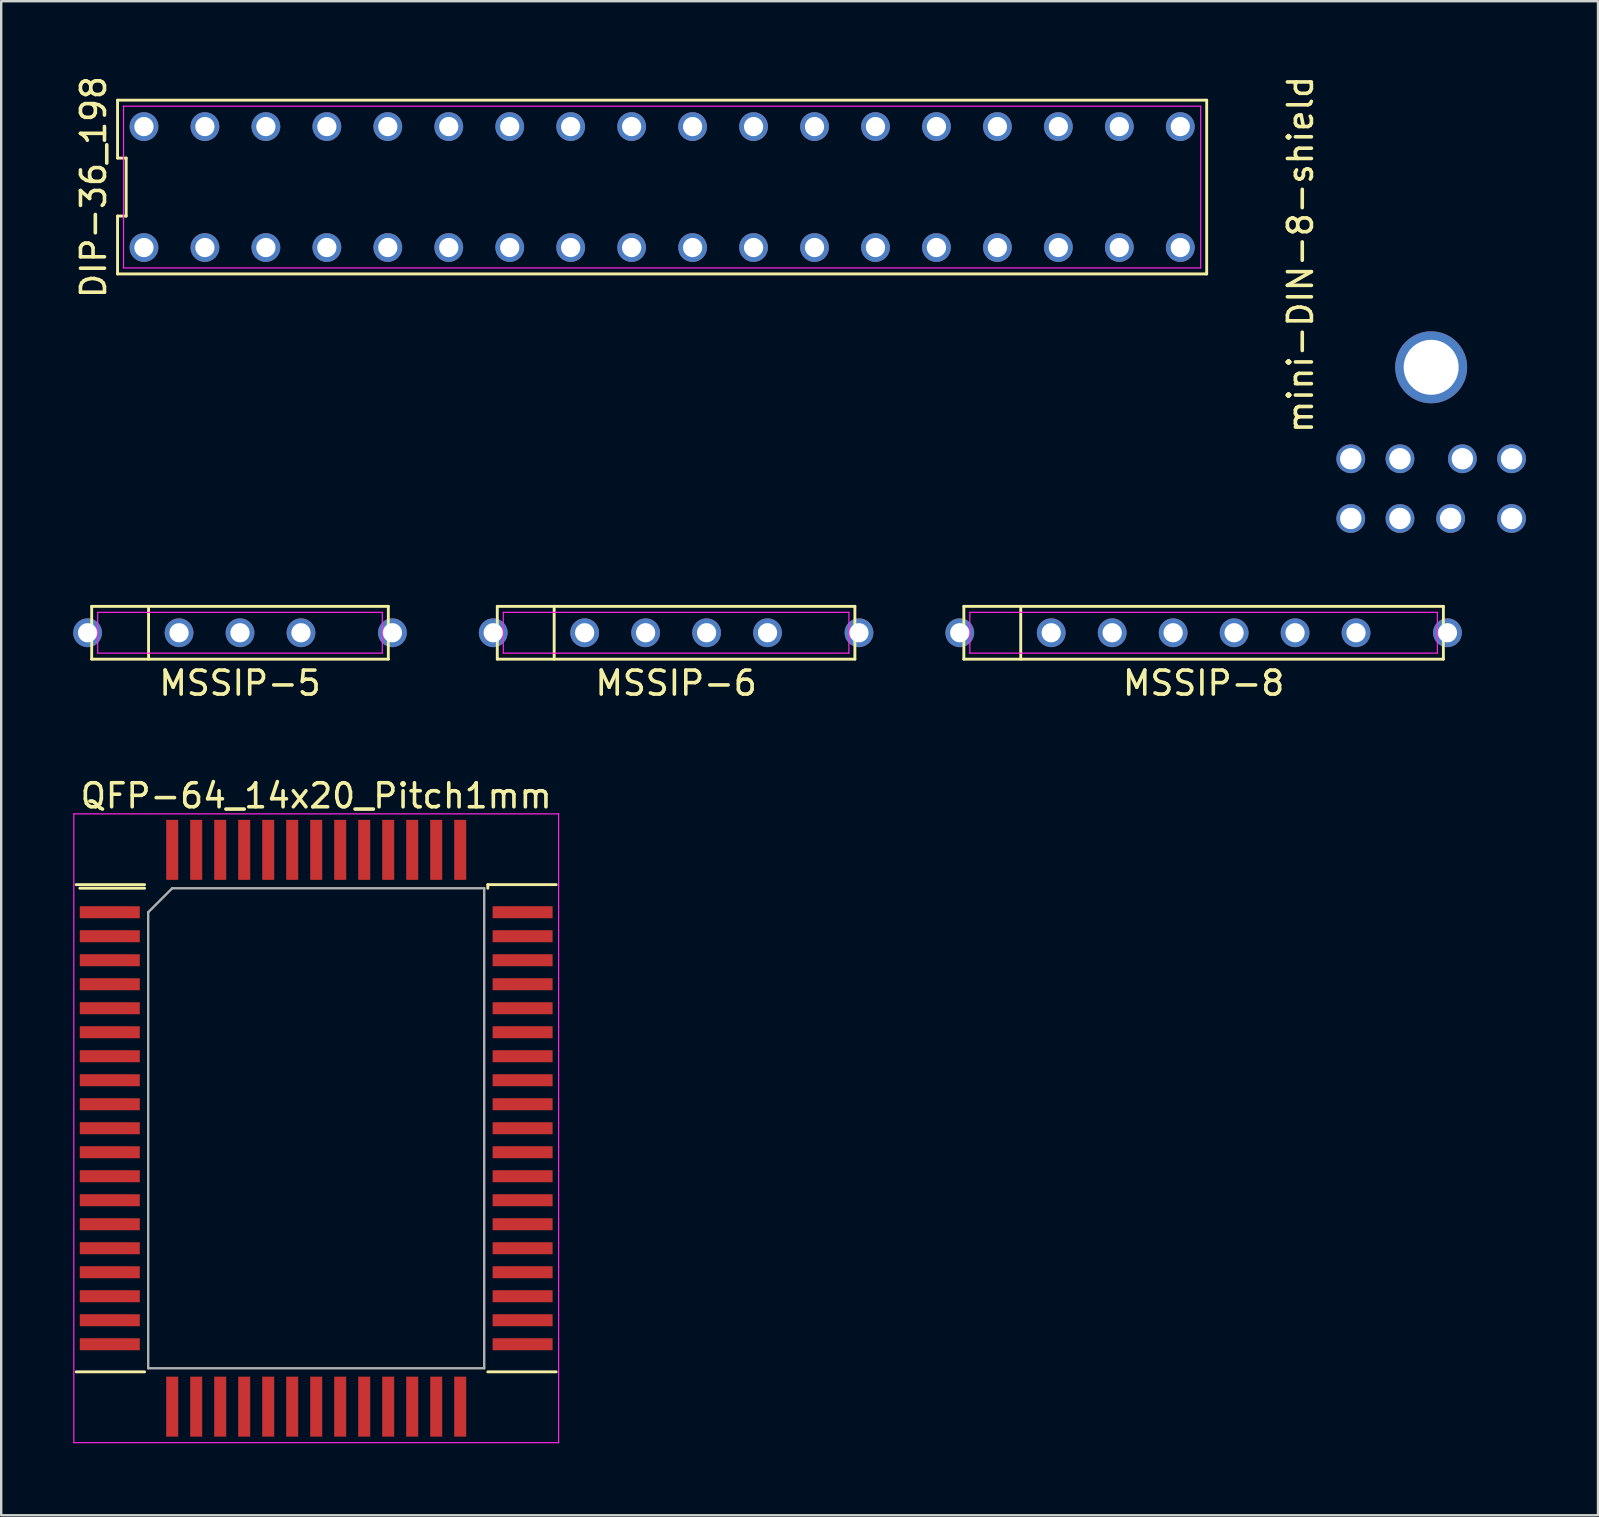
<source format=kicad_pcb>
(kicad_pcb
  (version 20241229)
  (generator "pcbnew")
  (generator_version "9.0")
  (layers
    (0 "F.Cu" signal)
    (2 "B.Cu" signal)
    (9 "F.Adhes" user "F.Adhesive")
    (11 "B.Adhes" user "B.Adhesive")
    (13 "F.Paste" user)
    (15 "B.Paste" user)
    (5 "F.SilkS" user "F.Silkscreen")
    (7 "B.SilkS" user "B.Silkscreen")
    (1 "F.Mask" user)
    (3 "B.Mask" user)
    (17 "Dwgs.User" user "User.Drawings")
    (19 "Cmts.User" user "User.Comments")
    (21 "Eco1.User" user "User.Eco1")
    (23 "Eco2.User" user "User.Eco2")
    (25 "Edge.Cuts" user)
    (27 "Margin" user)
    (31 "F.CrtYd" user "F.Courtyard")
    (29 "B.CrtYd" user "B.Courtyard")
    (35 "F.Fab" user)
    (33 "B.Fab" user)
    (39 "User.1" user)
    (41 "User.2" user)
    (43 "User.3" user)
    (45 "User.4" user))
  (footprint "MSSIP-5"
    (layer "F.Cu")
    (at 6.95 23.314)
    (property "Reference" "MSSIP-5" (at 0 2.1 0) (layer "F.SilkS") (effects (font (size 1 1) (thickness 0.15))))
    (fp_line (start -6.18 -1.1) (end 6.18 -1.1) (stroke (width 0.12) (type default)) (layer "F.SilkS"))
    (fp_line (start -6.18 1.1) (end -6.18 -1.1) (stroke (width 0.12) (type default)) (layer "F.SilkS"))
    (fp_line (start -3.81 -1.1) (end -3.81 1.1) (stroke (width 0.12) (type default)) (layer "F.SilkS"))
    (fp_line (start 6.18 -1.1) (end 6.18 1.1) (stroke (width 0.12) (type default)) (layer "F.SilkS"))
    (fp_line (start 6.18 1.1) (end -6.18 1.1) (stroke (width 0.12) (type default)) (layer "F.SilkS"))
    (fp_line (start -5.93 -0.85) (end 5.93 -0.85) (stroke (width 0.05) (type default)) (layer "F.CrtYd"))
    (fp_line (start -5.93 0.85) (end -5.93 -0.85) (stroke (width 0.05) (type default)) (layer "F.CrtYd"))
    (fp_line (start 5.93 -0.85) (end 5.93 0.85) (stroke (width 0.05) (type default)) (layer "F.CrtYd"))
    (fp_line (start 5.93 0.85) (end -5.93 0.85) (stroke (width 0.05) (type default)) (layer "F.CrtYd"))
    (pad "1" thru_hole circle (at -6.35 0) (size 1.2 1.2) (drill 0.8) (layers "*.Cu" "*.Mask"))
    (pad "2" thru_hole circle (at -2.54 0) (size 1.2 1.2) (drill 0.8) (layers "*.Cu" "*.Mask"))
    (pad "3" thru_hole circle (at 0 0) (size 1.2 1.2) (drill 0.8) (layers "*.Cu" "*.Mask"))
    (pad "4" thru_hole circle (at 2.54 0) (size 1.2 1.2) (drill 0.8) (layers "*.Cu" "*.Mask"))
    (pad "5" thru_hole circle (at 6.35 0) (size 1.2 1.2) (drill 0.8) (layers "*.Cu" "*.Mask")))
  (footprint "MSSIP-6"
    (layer "F.Cu")
    (at 25.12 23.314)
    (property "Reference" "MSSIP-6" (at 0 2.1 0) (layer "F.SilkS") (effects (font (size 1 1) (thickness 0.15))))
    (fp_line (start -7.45 -1.1) (end 7.45 -1.1) (stroke (width 0.12) (type default)) (layer "F.SilkS"))
    (fp_line (start -7.45 1.1) (end -7.45 -1.1) (stroke (width 0.12) (type default)) (layer "F.SilkS"))
    (fp_line (start -5.08 -1.1) (end -5.08 1.1) (stroke (width 0.12) (type default)) (layer "F.SilkS"))
    (fp_line (start 7.45 -1.1) (end 7.45 1.1) (stroke (width 0.12) (type default)) (layer "F.SilkS"))
    (fp_line (start 7.45 1.1) (end -7.45 1.1) (stroke (width 0.12) (type default)) (layer "F.SilkS"))
    (fp_line (start -7.2 -0.85) (end 7.2 -0.85) (stroke (width 0.05) (type default)) (layer "F.CrtYd"))
    (fp_line (start -7.2 0.85) (end -7.2 -0.85) (stroke (width 0.05) (type default)) (layer "F.CrtYd"))
    (fp_line (start 7.2 -0.85) (end 7.2 0.85) (stroke (width 0.05) (type default)) (layer "F.CrtYd"))
    (fp_line (start 7.2 0.85) (end -7.2 0.85) (stroke (width 0.05) (type default)) (layer "F.CrtYd"))
    (pad "1" thru_hole circle (at -7.62 0) (size 1.2 1.2) (drill 0.8) (layers "*.Cu" "*.Mask"))
    (pad "2" thru_hole circle (at -3.81 0) (size 1.2 1.2) (drill 0.8) (layers "*.Cu" "*.Mask"))
    (pad "3" thru_hole circle (at -1.27 0) (size 1.2 1.2) (drill 0.8) (layers "*.Cu" "*.Mask"))
    (pad "4" thru_hole circle (at 1.27 0) (size 1.2 1.2) (drill 0.8) (layers "*.Cu" "*.Mask"))
    (pad "5" thru_hole circle (at 3.81 0) (size 1.2 1.2) (drill 0.8) (layers "*.Cu" "*.Mask"))
    (pad "6" thru_hole circle (at 7.62 0) (size 1.2 1.2) (drill 0.8) (layers "*.Cu" "*.Mask")))
  (footprint "DIP-36_198"
    (layer "F.Cu")
    (at 24.538 4.744)
    (property "Reference" "DIP-36_198" (at -23.69 0 90) (layer "F.SilkS") (effects (font (size 1 1) (thickness 0.15))))
    (fp_line (start -22.69 -3.62) (end -22.69 -1.207) (stroke (width 0.12) (type default)) (layer "F.SilkS"))
    (fp_line (start -22.69 -1.207) (end -22.33 -1.207) (stroke (width 0.12) (type default)) (layer "F.SilkS"))
    (fp_line (start -22.69 1.207) (end -22.69 3.62) (stroke (width 0.12) (type default)) (layer "F.SilkS"))
    (fp_line (start -22.69 3.62) (end 22.69 3.62) (stroke (width 0.12) (type default)) (layer "F.SilkS"))
    (fp_line (start -22.33 -1.207) (end -22.33 1.207) (stroke (width 0.12) (type default)) (layer "F.SilkS"))
    (fp_line (start -22.33 1.207) (end -22.69 1.207) (stroke (width 0.12) (type default)) (layer "F.SilkS"))
    (fp_line (start 22.69 -3.62) (end -22.69 -3.62) (stroke (width 0.12) (type default)) (layer "F.SilkS"))
    (fp_line (start 22.69 3.62) (end 22.69 -3.62) (stroke (width 0.12) (type default)) (layer "F.SilkS"))
    (fp_line (start -22.44 -3.37) (end 22.44 -3.37) (stroke (width 0.05) (type default)) (layer "F.CrtYd"))
    (fp_line (start -22.44 3.37) (end -22.44 -3.37) (stroke (width 0.05) (type default)) (layer "F.CrtYd"))
    (fp_line (start 22.44 -3.37) (end 22.44 3.37) (stroke (width 0.05) (type default)) (layer "F.CrtYd"))
    (fp_line (start 22.44 3.37) (end -22.44 3.37) (stroke (width 0.05) (type default)) (layer "F.CrtYd"))
    (pad "a1" thru_hole circle (at -21.59 -2.52) (size 1.2 1.2) (drill 0.8) (layers "*.Cu" "*.Mask"))
    (pad "a2" thru_hole circle (at -19.05 -2.52) (size 1.2 1.2) (drill 0.8) (layers "*.Cu" "*.Mask"))
    (pad "a3" thru_hole circle (at -16.51 -2.52) (size 1.2 1.2) (drill 0.8) (layers "*.Cu" "*.Mask"))
    (pad "a4" thru_hole circle (at -13.97 -2.52) (size 1.2 1.2) (drill 0.8) (layers "*.Cu" "*.Mask"))
    (pad "a5" thru_hole circle (at -11.43 -2.52) (size 1.2 1.2) (drill 0.8) (layers "*.Cu" "*.Mask"))
    (pad "a6" thru_hole circle (at -8.89 -2.52) (size 1.2 1.2) (drill 0.8) (layers "*.Cu" "*.Mask"))
    (pad "a7" thru_hole circle (at -6.35 -2.52) (size 1.2 1.2) (drill 0.8) (layers "*.Cu" "*.Mask"))
    (pad "a8" thru_hole circle (at -3.81 -2.52) (size 1.2 1.2) (drill 0.8) (layers "*.Cu" "*.Mask"))
    (pad "a9" thru_hole circle (at -1.27 -2.52) (size 1.2 1.2) (drill 0.8) (layers "*.Cu" "*.Mask"))
    (pad "a10" thru_hole circle (at 1.27 -2.52) (size 1.2 1.2) (drill 0.8) (layers "*.Cu" "*.Mask"))
    (pad "a11" thru_hole circle (at 3.81 -2.52) (size 1.2 1.2) (drill 0.8) (layers "*.Cu" "*.Mask"))
    (pad "a12" thru_hole circle (at 6.35 -2.52) (size 1.2 1.2) (drill 0.8) (layers "*.Cu" "*.Mask"))
    (pad "a13" thru_hole circle (at 8.89 -2.52) (size 1.2 1.2) (drill 0.8) (layers "*.Cu" "*.Mask"))
    (pad "a14" thru_hole circle (at 11.43 -2.52) (size 1.2 1.2) (drill 0.8) (layers "*.Cu" "*.Mask"))
    (pad "a15" thru_hole circle (at 13.97 -2.52) (size 1.2 1.2) (drill 0.8) (layers "*.Cu" "*.Mask"))
    (pad "a16" thru_hole circle (at 16.51 -2.52) (size 1.2 1.2) (drill 0.8) (layers "*.Cu" "*.Mask"))
    (pad "a17" thru_hole circle (at 19.05 -2.52) (size 1.2 1.2) (drill 0.8) (layers "*.Cu" "*.Mask"))
    (pad "a18" thru_hole circle (at 21.59 -2.52) (size 1.2 1.2) (drill 0.8) (layers "*.Cu" "*.Mask"))
    (pad "b1" thru_hole circle (at -21.59 2.52) (size 1.2 1.2) (drill 0.8) (layers "*.Cu" "*.Mask"))
    (pad "b2" thru_hole circle (at -19.05 2.52) (size 1.2 1.2) (drill 0.8) (layers "*.Cu" "*.Mask"))
    (pad "b3" thru_hole circle (at -16.51 2.52) (size 1.2 1.2) (drill 0.8) (layers "*.Cu" "*.Mask"))
    (pad "b4" thru_hole circle (at -13.97 2.52) (size 1.2 1.2) (drill 0.8) (layers "*.Cu" "*.Mask"))
    (pad "b5" thru_hole circle (at -11.43 2.52) (size 1.2 1.2) (drill 0.8) (layers "*.Cu" "*.Mask"))
    (pad "b6" thru_hole circle (at -8.89 2.52) (size 1.2 1.2) (drill 0.8) (layers "*.Cu" "*.Mask"))
    (pad "b7" thru_hole circle (at -6.35 2.52) (size 1.2 1.2) (drill 0.8) (layers "*.Cu" "*.Mask"))
    (pad "b8" thru_hole circle (at -3.81 2.52) (size 1.2 1.2) (drill 0.8) (layers "*.Cu" "*.Mask"))
    (pad "b9" thru_hole circle (at -1.27 2.52) (size 1.2 1.2) (drill 0.8) (layers "*.Cu" "*.Mask"))
    (pad "b10" thru_hole circle (at 1.27 2.52) (size 1.2 1.2) (drill 0.8) (layers "*.Cu" "*.Mask"))
    (pad "b11" thru_hole circle (at 3.81 2.52) (size 1.2 1.2) (drill 0.8) (layers "*.Cu" "*.Mask"))
    (pad "b12" thru_hole circle (at 6.35 2.52) (size 1.2 1.2) (drill 0.8) (layers "*.Cu" "*.Mask"))
    (pad "b13" thru_hole circle (at 8.89 2.52) (size 1.2 1.2) (drill 0.8) (layers "*.Cu" "*.Mask"))
    (pad "b14" thru_hole circle (at 11.43 2.52) (size 1.2 1.2) (drill 0.8) (layers "*.Cu" "*.Mask"))
    (pad "b15" thru_hole circle (at 13.97 2.52) (size 1.2 1.2) (drill 0.8) (layers "*.Cu" "*.Mask"))
    (pad "b16" thru_hole circle (at 16.51 2.52) (size 1.2 1.2) (drill 0.8) (layers "*.Cu" "*.Mask"))
    (pad "b17" thru_hole circle (at 19.05 2.52) (size 1.2 1.2) (drill 0.8) (layers "*.Cu" "*.Mask"))
    (pad "b18" thru_hole circle (at 21.59 2.52) (size 1.2 1.2) (drill 0.8) (layers "*.Cu" "*.Mask")))
  (footprint "MSSIP-8"
    (layer "F.Cu")
    (at 47.1 23.314)
    (property "Reference" "MSSIP-8" (at 0 2.1 0) (layer "F.SilkS") (effects (font (size 1 1) (thickness 0.15))))
    (fp_line (start -9.99 -1.1) (end 9.99 -1.1) (stroke (width 0.12) (type default)) (layer "F.SilkS"))
    (fp_line (start -9.99 1.1) (end -9.99 -1.1) (stroke (width 0.12) (type default)) (layer "F.SilkS"))
    (fp_line (start -7.62 -1.1) (end -7.62 1.1) (stroke (width 0.12) (type default)) (layer "F.SilkS"))
    (fp_line (start 9.99 -1.1) (end 9.99 1.1) (stroke (width 0.12) (type default)) (layer "F.SilkS"))
    (fp_line (start 9.99 1.1) (end -9.99 1.1) (stroke (width 0.12) (type default)) (layer "F.SilkS"))
    (fp_line (start -9.74 -0.85) (end 9.74 -0.85) (stroke (width 0.05) (type default)) (layer "F.CrtYd"))
    (fp_line (start -9.74 0.85) (end -9.74 -0.85) (stroke (width 0.05) (type default)) (layer "F.CrtYd"))
    (fp_line (start 9.74 -0.85) (end 9.74 0.85) (stroke (width 0.05) (type default)) (layer "F.CrtYd"))
    (fp_line (start 9.74 0.85) (end -9.74 0.85) (stroke (width 0.05) (type default)) (layer "F.CrtYd"))
    (pad "1" thru_hole circle (at -10.16 0) (size 1.2 1.2) (drill 0.8) (layers "*.Cu" "*.Mask"))
    (pad "2" thru_hole circle (at -6.35 0) (size 1.2 1.2) (drill 0.8) (layers "*.Cu" "*.Mask"))
    (pad "3" thru_hole circle (at -3.81 0) (size 1.2 1.2) (drill 0.8) (layers "*.Cu" "*.Mask"))
    (pad "4" thru_hole circle (at -1.27 0) (size 1.2 1.2) (drill 0.8) (layers "*.Cu" "*.Mask"))
    (pad "5" thru_hole circle (at 1.27 0) (size 1.2 1.2) (drill 0.8) (layers "*.Cu" "*.Mask"))
    (pad "6" thru_hole circle (at 3.81 0) (size 1.2 1.2) (drill 0.8) (layers "*.Cu" "*.Mask"))
    (pad "7" thru_hole circle (at 6.35 0) (size 1.2 1.2) (drill 0.8) (layers "*.Cu" "*.Mask"))
    (pad "8" thru_hole circle (at 10.16 0) (size 1.2 1.2) (drill 0.8) (layers "*.Cu" "*.Mask")))
  (footprint "mini-DIN-8-shield"
    (layer "F.Cu")
    (at 56.581 7.554)
    (property "Reference" "mini-DIN-8-shield" (at -5.445 0 90) (layer "F.SilkS") (effects (font (size 1 1) (thickness 0.15))))
    (pad "1" thru_hole circle (at -1.3 8.51) (size 1.2 1.2) (drill 0.89) (layers "*.Cu" "*.Mask"))
    (pad "2" thru_hole circle (at 1.3 8.51) (size 1.2 1.2) (drill 0.89) (layers "*.Cu" "*.Mask"))
    (pad "3" thru_hole circle (at -3.35 8.51) (size 1.2 1.2) (drill 0.89) (layers "*.Cu" "*.Mask"))
    (pad "4" thru_hole circle (at -1.3 11) (size 1.2 1.2) (drill 0.89) (layers "*.Cu" "*.Mask"))
    (pad "5" thru_hole circle (at 3.35 8.51) (size 1.2 1.2) (drill 0.89) (layers "*.Cu" "*.Mask"))
    (pad "6" thru_hole circle (at -3.35 11) (size 1.2 1.2) (drill 0.89) (layers "*.Cu" "*.Mask"))
    (pad "7" thru_hole circle (at 0.81 11) (size 1.2 1.2) (drill 0.89) (layers "*.Cu" "*.Mask"))
    (pad "8" thru_hole circle (at 3.35 11) (size 1.2 1.2) (drill 0.89) (layers "*.Cu" "*.Mask"))
    (pad "9" thru_hole circle (at 0 4.7) (size 3 3) (drill 2.29) (layers "*.Cu" "*.Mask")))
  (footprint "QFP-64_14x20_Pitch1mm"
    (layer "F.Cu")
    (at 10.125 43.96)
    (property "Reference" "QFP-64_14x20_Pitch1mm" (at 0 -13.85 0) (layer "F.SilkS") (effects (font (size 1 1) (thickness 0.15))))
    (attr smd)
    (fp_line (start -10 -10.15) (end -7.15 -10.15) (stroke (width 0.12) (type default)) (layer "F.SilkS"))
    (fp_line (start -10 10.15) (end -7.15 10.15) (stroke (width 0.12) (type default)) (layer "F.SilkS"))
    (fp_line (start -7.15 -10) (end -9.85 -10) (stroke (width 0.12) (type default)) (layer "F.SilkS"))
    (fp_line (start 7.15 -10.15) (end 7.15 -10) (stroke (width 0.12) (type default)) (layer "F.SilkS"))
    (fp_line (start 10 -10.15) (end 7.15 -10.15) (stroke (width 0.12) (type default)) (layer "F.SilkS"))
    (fp_line (start 10 10.15) (end 7.15 10.15) (stroke (width 0.12) (type default)) (layer "F.SilkS"))
    (fp_line (start -10.1 -13.1) (end 10.1 -13.1) (stroke (width 0.05) (type default)) (layer "F.CrtYd"))
    (fp_line (start -10.1 13.1) (end -10.1 -13.1) (stroke (width 0.05) (type default)) (layer "F.CrtYd"))
    (fp_line (start 10.1 -13.1) (end 10.1 13.1) (stroke (width 0.05) (type default)) (layer "F.CrtYd"))
    (fp_line (start 10.1 13.1) (end -10.1 13.1) (stroke (width 0.05) (type default)) (layer "F.CrtYd"))
    (fp_line (start -7 -9) (end -7 10) (stroke (width 0.1) (type default)) (layer "F.Fab"))
    (fp_line (start -7 10) (end 7 10) (stroke (width 0.1) (type default)) (layer "F.Fab"))
    (fp_line (start -6 -10) (end -7 -9) (stroke (width 0.1) (type default)) (layer "F.Fab"))
    (fp_line (start 7 -10) (end -6 -10) (stroke (width 0.1) (type default)) (layer "F.Fab"))
    (fp_line (start 7 10) (end 7 -10) (stroke (width 0.1) (type default)) (layer "F.Fab"))
    (pad "1" smd rect (at -8.6 -9 90) (size 0.5 2.5) (layers "F.Cu" "F.Mask" "F.Paste"))
    (pad "2" smd rect (at -8.6 -8 90) (size 0.5 2.5) (layers "F.Cu" "F.Mask" "F.Paste"))
    (pad "3" smd rect (at -8.6 -7 90) (size 0.5 2.5) (layers "F.Cu" "F.Mask" "F.Paste"))
    (pad "4" smd rect (at -8.6 -6 90) (size 0.5 2.5) (layers "F.Cu" "F.Mask" "F.Paste"))
    (pad "5" smd rect (at -8.6 -5 90) (size 0.5 2.5) (layers "F.Cu" "F.Mask" "F.Paste"))
    (pad "6" smd rect (at -8.6 -4 90) (size 0.5 2.5) (layers "F.Cu" "F.Mask" "F.Paste"))
    (pad "7" smd rect (at -8.6 -3 90) (size 0.5 2.5) (layers "F.Cu" "F.Mask" "F.Paste"))
    (pad "8" smd rect (at -8.6 -2 90) (size 0.5 2.5) (layers "F.Cu" "F.Mask" "F.Paste"))
    (pad "9" smd rect (at -8.6 -1 90) (size 0.5 2.5) (layers "F.Cu" "F.Mask" "F.Paste"))
    (pad "10" smd rect (at -8.6 0 90) (size 0.5 2.5) (layers "F.Cu" "F.Mask" "F.Paste"))
    (pad "11" smd rect (at -8.6 1 90) (size 0.5 2.5) (layers "F.Cu" "F.Mask" "F.Paste"))
    (pad "12" smd rect (at -8.6 2 90) (size 0.5 2.5) (layers "F.Cu" "F.Mask" "F.Paste"))
    (pad "13" smd rect (at -8.6 3 90) (size 0.5 2.5) (layers "F.Cu" "F.Mask" "F.Paste"))
    (pad "14" smd rect (at -8.6 4 90) (size 0.5 2.5) (layers "F.Cu" "F.Mask" "F.Paste"))
    (pad "15" smd rect (at -8.6 5 90) (size 0.5 2.5) (layers "F.Cu" "F.Mask" "F.Paste"))
    (pad "16" smd rect (at -8.6 6 90) (size 0.5 2.5) (layers "F.Cu" "F.Mask" "F.Paste"))
    (pad "17" smd rect (at -8.6 7 90) (size 0.5 2.5) (layers "F.Cu" "F.Mask" "F.Paste"))
    (pad "18" smd rect (at -8.6 8 90) (size 0.5 2.5) (layers "F.Cu" "F.Mask" "F.Paste"))
    (pad "19" smd rect (at -8.6 9 90) (size 0.5 2.5) (layers "F.Cu" "F.Mask" "F.Paste"))
    (pad "20" smd rect (at -6 11.6) (size 0.5 2.5) (layers "F.Cu" "F.Mask" "F.Paste"))
    (pad "21" smd rect (at -5 11.6) (size 0.5 2.5) (layers "F.Cu" "F.Mask" "F.Paste"))
    (pad "22" smd rect (at -4 11.6) (size 0.5 2.5) (layers "F.Cu" "F.Mask" "F.Paste"))
    (pad "23" smd rect (at -3 11.6) (size 0.5 2.5) (layers "F.Cu" "F.Mask" "F.Paste"))
    (pad "24" smd rect (at -2 11.6) (size 0.5 2.5) (layers "F.Cu" "F.Mask" "F.Paste"))
    (pad "25" smd rect (at -1 11.6) (size 0.5 2.5) (layers "F.Cu" "F.Mask" "F.Paste"))
    (pad "26" smd rect (at 0 11.6) (size 0.5 2.5) (layers "F.Cu" "F.Mask" "F.Paste"))
    (pad "27" smd rect (at 1 11.6) (size 0.5 2.5) (layers "F.Cu" "F.Mask" "F.Paste"))
    (pad "28" smd rect (at 2 11.6) (size 0.5 2.5) (layers "F.Cu" "F.Mask" "F.Paste"))
    (pad "29" smd rect (at 3 11.6) (size 0.5 2.5) (layers "F.Cu" "F.Mask" "F.Paste"))
    (pad "30" smd rect (at 4 11.6) (size 0.5 2.5) (layers "F.Cu" "F.Mask" "F.Paste"))
    (pad "31" smd rect (at 5 11.6) (size 0.5 2.5) (layers "F.Cu" "F.Mask" "F.Paste"))
    (pad "32" smd rect (at 6 11.6) (size 0.5 2.5) (layers "F.Cu" "F.Mask" "F.Paste"))
    (pad "33" smd rect (at 8.6 9 90) (size 0.5 2.5) (layers "F.Cu" "F.Mask" "F.Paste"))
    (pad "34" smd rect (at 8.6 8 90) (size 0.5 2.5) (layers "F.Cu" "F.Mask" "F.Paste"))
    (pad "35" smd rect (at 8.6 7 90) (size 0.5 2.5) (layers "F.Cu" "F.Mask" "F.Paste"))
    (pad "36" smd rect (at 8.6 6 90) (size 0.5 2.5) (layers "F.Cu" "F.Mask" "F.Paste"))
    (pad "37" smd rect (at 8.6 5 90) (size 0.5 2.5) (layers "F.Cu" "F.Mask" "F.Paste"))
    (pad "38" smd rect (at 8.6 4 90) (size 0.5 2.5) (layers "F.Cu" "F.Mask" "F.Paste"))
    (pad "39" smd rect (at 8.6 3 90) (size 0.5 2.5) (layers "F.Cu" "F.Mask" "F.Paste"))
    (pad "40" smd rect (at 8.6 2 90) (size 0.5 2.5) (layers "F.Cu" "F.Mask" "F.Paste"))
    (pad "41" smd rect (at 8.6 1 90) (size 0.5 2.5) (layers "F.Cu" "F.Mask" "F.Paste"))
    (pad "42" smd rect (at 8.6 0 90) (size 0.5 2.5) (layers "F.Cu" "F.Mask" "F.Paste"))
    (pad "43" smd rect (at 8.6 -1 90) (size 0.5 2.5) (layers "F.Cu" "F.Mask" "F.Paste"))
    (pad "44" smd rect (at 8.6 -2 90) (size 0.5 2.5) (layers "F.Cu" "F.Mask" "F.Paste"))
    (pad "45" smd rect (at 8.6 -3 90) (size 0.5 2.5) (layers "F.Cu" "F.Mask" "F.Paste"))
    (pad "46" smd rect (at 8.6 -4 90) (size 0.5 2.5) (layers "F.Cu" "F.Mask" "F.Paste"))
    (pad "47" smd rect (at 8.6 -5 90) (size 0.5 2.5) (layers "F.Cu" "F.Mask" "F.Paste"))
    (pad "48" smd rect (at 8.6 -6 90) (size 0.5 2.5) (layers "F.Cu" "F.Mask" "F.Paste"))
    (pad "49" smd rect (at 8.6 -7 90) (size 0.5 2.5) (layers "F.Cu" "F.Mask" "F.Paste"))
    (pad "50" smd rect (at 8.6 -8 90) (size 0.5 2.5) (layers "F.Cu" "F.Mask" "F.Paste"))
    (pad "51" smd rect (at 8.6 -9 90) (size 0.5 2.5) (layers "F.Cu" "F.Mask" "F.Paste"))
    (pad "52" smd rect (at 6 -11.6) (size 0.5 2.5) (layers "F.Cu" "F.Mask" "F.Paste"))
    (pad "53" smd rect (at 5 -11.6) (size 0.5 2.5) (layers "F.Cu" "F.Mask" "F.Paste"))
    (pad "54" smd rect (at 4 -11.6) (size 0.5 2.5) (layers "F.Cu" "F.Mask" "F.Paste"))
    (pad "55" smd rect (at 3 -11.6) (size 0.5 2.5) (layers "F.Cu" "F.Mask" "F.Paste"))
    (pad "56" smd rect (at 2 -11.6) (size 0.5 2.5) (layers "F.Cu" "F.Mask" "F.Paste"))
    (pad "57" smd rect (at 1 -11.6) (size 0.5 2.5) (layers "F.Cu" "F.Mask" "F.Paste"))
    (pad "58" smd rect (at 0 -11.6) (size 0.5 2.5) (layers "F.Cu" "F.Mask" "F.Paste"))
    (pad "59" smd rect (at -1 -11.6) (size 0.5 2.5) (layers "F.Cu" "F.Mask" "F.Paste"))
    (pad "60" smd rect (at -2 -11.6) (size 0.5 2.5) (layers "F.Cu" "F.Mask" "F.Paste"))
    (pad "61" smd rect (at -3 -11.6) (size 0.5 2.5) (layers "F.Cu" "F.Mask" "F.Paste"))
    (pad "62" smd rect (at -4 -11.6) (size 0.5 2.5) (layers "F.Cu" "F.Mask" "F.Paste"))
    (pad "63" smd rect (at -5 -11.6) (size 0.5 2.5) (layers "F.Cu" "F.Mask" "F.Paste"))
    (pad "64" smd rect (at -6 -11.6) (size 0.5 2.5) (layers "F.Cu" "F.Mask" "F.Paste")))
  (gr_rect
    (start -3 -3)
    (end 63.532 60.085)
    (stroke (width 0.1) (type default))
    (fill no)
    (layer "Edge.Cuts")))
</source>
